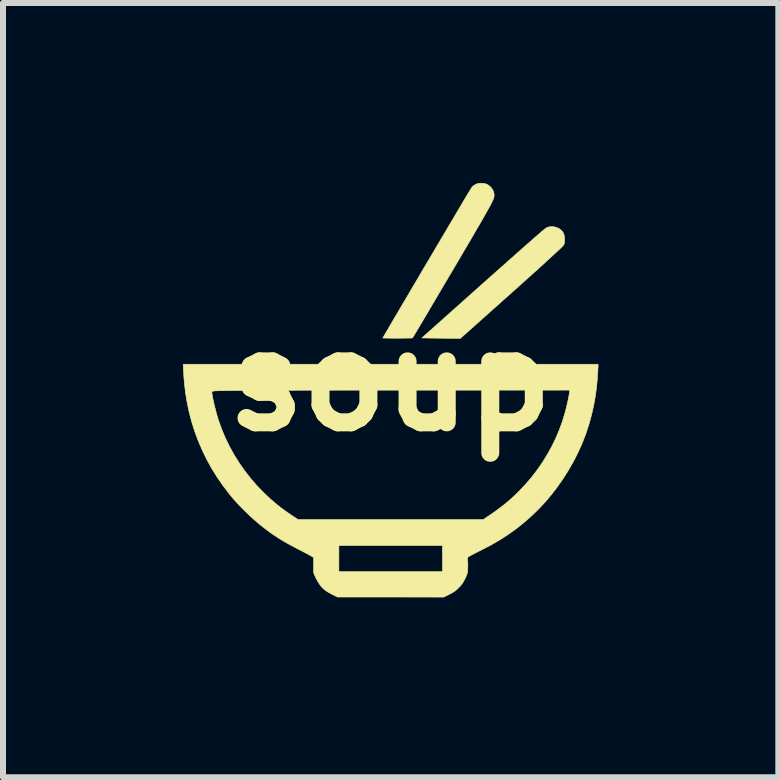
<source format=kicad_pcb>
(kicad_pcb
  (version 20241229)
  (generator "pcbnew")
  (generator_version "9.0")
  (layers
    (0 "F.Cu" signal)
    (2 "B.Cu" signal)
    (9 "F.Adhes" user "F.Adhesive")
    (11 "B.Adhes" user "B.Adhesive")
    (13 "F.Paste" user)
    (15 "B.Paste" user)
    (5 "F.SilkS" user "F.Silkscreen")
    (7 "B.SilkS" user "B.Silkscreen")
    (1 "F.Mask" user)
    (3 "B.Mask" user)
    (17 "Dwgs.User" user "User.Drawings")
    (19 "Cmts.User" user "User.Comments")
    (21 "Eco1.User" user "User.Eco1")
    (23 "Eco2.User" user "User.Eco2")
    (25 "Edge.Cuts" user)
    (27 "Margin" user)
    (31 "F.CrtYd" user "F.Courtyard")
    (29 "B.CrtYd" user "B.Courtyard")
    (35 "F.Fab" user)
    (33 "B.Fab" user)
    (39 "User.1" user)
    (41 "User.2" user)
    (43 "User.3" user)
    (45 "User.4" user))
  (footprint "soup"
    (layer "F.Cu")
    (at 3.455 3.302)
    (property "Reference" "soup" (at 0 0 0) (layer "F.SilkS") (effects (font (size 1.524 1.524) (thickness 0.3))))
    (attr through_hole)
    (fp_poly (pts (xy 2.723 -2.572) (xy 2.761 -2.564) (xy 2.797 -2.55) (xy 2.829 -2.532) (xy 2.857 -2.508) (xy 2.879 -2.482) (xy 2.884 -2.473) (xy 2.897 -2.443) (xy 2.905 -2.408) (xy 2.909 -2.37) (xy 2.909 -2.333) (xy 2.904 -2.298) (xy 2.902 -2.291) (xy 2.9 -2.285) (xy 2.898 -2.279) (xy 2.895 -2.273) (xy 2.891 -2.267) (xy 2.886 -2.259) (xy 2.878 -2.25) (xy 2.867 -2.239) (xy 2.854 -2.226) (xy 2.837 -2.209) (xy 2.815 -2.189) (xy 2.789 -2.165) (xy 2.758 -2.136) (xy 2.722 -2.102) (xy 2.709 -2.091) (xy 2.677 -2.061) (xy 2.644 -2.031) (xy 2.612 -2.002) (xy 2.58 -1.972) (xy 2.547 -1.942) (xy 2.513 -1.911) (xy 2.478 -1.879) (xy 2.442 -1.846) (xy 2.403 -1.812) (xy 2.363 -1.775) (xy 2.319 -1.736) (xy 2.273 -1.695) (xy 2.224 -1.651) (xy 2.171 -1.603) (xy 2.114 -1.552) (xy 2.053 -1.498) (xy 1.988 -1.439) (xy 1.917 -1.377) (xy 1.842 -1.309) (xy 1.761 -1.237) (xy 1.673 -1.159) (xy 1.649 -1.137) (xy 1.171 -0.711) (xy 0.991 -0.712) (xy 0.945 -0.712) (xy 0.896 -0.713) (xy 0.845 -0.713) (xy 0.794 -0.714) (xy 0.746 -0.714) (xy 0.703 -0.715) (xy 0.67 -0.715) (xy 0.529 -0.718) (xy 0.909 -1.056) (xy 1.051 -1.183) (xy 1.187 -1.304) (xy 1.317 -1.42) (xy 1.44 -1.53) (xy 1.557 -1.634) (xy 1.668 -1.733) (xy 1.773 -1.826) (xy 1.871 -1.913) (xy 1.963 -1.995) (xy 2.049 -2.071) (xy 2.128 -2.141) (xy 2.201 -2.206) (xy 2.268 -2.265) (xy 2.329 -2.318) (xy 2.383 -2.366) (xy 2.431 -2.408) (xy 2.473 -2.445) (xy 2.509 -2.475) (xy 2.538 -2.501) (xy 2.556 -2.515) (xy 2.581 -2.536) (xy 2.604 -2.551) (xy 2.625 -2.561) (xy 2.646 -2.568) (xy 2.671 -2.572) (xy 2.684 -2.573) (xy 2.723 -2.572)) (stroke (width 0.01) (type solid)) (fill yes) (layer "F.SilkS"))
    (fp_poly (pts (xy 1.54 -3.296) (xy 1.576 -3.291) (xy 1.608 -3.281) (xy 1.634 -3.268) (xy 1.665 -3.244) (xy 1.69 -3.216) (xy 1.711 -3.185) (xy 1.725 -3.151) (xy 1.733 -3.117) (xy 1.733 -3.083) (xy 1.73 -3.063) (xy 1.728 -3.055) (xy 1.725 -3.046) (xy 1.721 -3.036) (xy 1.716 -3.024) (xy 1.71 -3.01) (xy 1.703 -2.995) (xy 1.694 -2.977) (xy 1.684 -2.957) (xy 1.672 -2.934) (xy 1.658 -2.909) (xy 1.643 -2.88) (xy 1.625 -2.849) (xy 1.606 -2.814) (xy 1.584 -2.776) (xy 1.56 -2.733) (xy 1.534 -2.687) (xy 1.505 -2.637) (xy 1.473 -2.582) (xy 1.438 -2.523) (xy 1.401 -2.458) (xy 1.361 -2.389) (xy 1.317 -2.315) (xy 1.27 -2.235) (xy 1.22 -2.15) (xy 1.166 -2.058) (xy 1.109 -1.961) (xy 1.048 -1.857) (xy 0.983 -1.748) (xy 0.914 -1.631) (xy 0.841 -1.508) (xy 0.764 -1.377) (xy 0.754 -1.359) (xy 0.706 -1.279) (xy 0.663 -1.206) (xy 0.624 -1.139) (xy 0.588 -1.079) (xy 0.556 -1.025) (xy 0.528 -0.977) (xy 0.502 -0.934) (xy 0.48 -0.896) (xy 0.46 -0.863) (xy 0.443 -0.834) (xy 0.428 -0.81) (xy 0.416 -0.789) (xy 0.405 -0.771) (xy 0.397 -0.757) (xy 0.389 -0.746) (xy 0.384 -0.737) (xy 0.379 -0.73) (xy 0.376 -0.725) (xy 0.374 -0.722) (xy 0.372 -0.72) (xy 0.371 -0.718) (xy 0.37 -0.718) (xy 0.369 -0.718) (xy 0.363 -0.717) (xy 0.35 -0.716) (xy 0.33 -0.716) (xy 0.304 -0.715) (xy 0.274 -0.715) (xy 0.241 -0.714) (xy 0.204 -0.714) (xy 0.166 -0.714) (xy 0.128 -0.713) (xy 0.089 -0.713) (xy 0.052 -0.713) (xy 0.017 -0.714) (xy -0.015 -0.714) (xy -0.016 -0.714) (xy -0.045 -0.715) (xy -0.071 -0.715) (xy -0.093 -0.716) (xy -0.11 -0.716) (xy -0.12 -0.717) (xy -0.123 -0.717) (xy -0.121 -0.721) (xy -0.114 -0.732) (xy -0.104 -0.749) (xy -0.09 -0.773) (xy -0.073 -0.803) (xy -0.052 -0.838) (xy -0.028 -0.879) (xy -0.001 -0.925) (xy 0.028 -0.975) (xy 0.06 -1.03) (xy 0.095 -1.089) (xy 0.132 -1.151) (xy 0.17 -1.217) (xy 0.211 -1.286) (xy 0.253 -1.357) (xy 0.297 -1.431) (xy 0.341 -1.507) (xy 0.387 -1.584) (xy 0.434 -1.663) (xy 0.481 -1.743) (xy 0.528 -1.824) (xy 0.576 -1.905) (xy 0.624 -1.986) (xy 0.672 -2.067) (xy 0.72 -2.148) (xy 0.766 -2.227) (xy 0.813 -2.305) (xy 0.858 -2.382) (xy 0.902 -2.456) (xy 0.945 -2.529) (xy 0.986 -2.599) (xy 1.026 -2.666) (xy 1.064 -2.73) (xy 1.099 -2.79) (xy 1.133 -2.846) (xy 1.164 -2.898) (xy 1.192 -2.946) (xy 1.217 -2.989) (xy 1.239 -3.026) (xy 1.259 -3.058) (xy 1.274 -3.085) (xy 1.281 -3.097) (xy 1.303 -3.132) (xy 1.321 -3.162) (xy 1.335 -3.185) (xy 1.347 -3.204) (xy 1.356 -3.218) (xy 1.364 -3.229) (xy 1.371 -3.238) (xy 1.377 -3.244) (xy 1.383 -3.25) (xy 1.39 -3.255) (xy 1.391 -3.256) (xy 1.421 -3.275) (xy 1.451 -3.288) (xy 1.484 -3.295) (xy 1.505 -3.297) (xy 1.54 -3.296)) (stroke (width 0.01) (type solid)) (fill yes) (layer "F.SilkS"))
    (fp_poly (pts (xy 3.467 -0.266) (xy 3.467 -0.252) (xy 3.466 -0.231) (xy 3.464 -0.205) (xy 3.463 -0.174) (xy 3.461 -0.139) (xy 3.458 -0.104) (xy 3.456 -0.067) (xy 3.453 -0.032) (xy 3.451 0.001) (xy 3.448 0.031) (xy 3.446 0.056) (xy 3.446 0.059) (xy 3.425 0.228) (xy 3.396 0.395) (xy 3.359 0.56) (xy 3.314 0.722) (xy 3.262 0.882) (xy 3.201 1.039) (xy 3.132 1.193) (xy 3.055 1.344) (xy 2.97 1.492) (xy 2.878 1.637) (xy 2.778 1.779) (xy 2.698 1.883) (xy 2.591 2.011) (xy 2.478 2.132) (xy 2.36 2.247) (xy 2.235 2.357) (xy 2.105 2.461) (xy 1.968 2.559) (xy 1.825 2.651) (xy 1.712 2.717) (xy 1.694 2.727) (xy 1.669 2.741) (xy 1.639 2.757) (xy 1.605 2.774) (xy 1.57 2.792) (xy 1.534 2.811) (xy 1.503 2.827) (xy 1.459 2.849) (xy 1.423 2.867) (xy 1.393 2.883) (xy 1.368 2.896) (xy 1.348 2.906) (xy 1.333 2.914) (xy 1.321 2.921) (xy 1.312 2.927) (xy 1.306 2.931) (xy 1.301 2.935) (xy 1.297 2.938) (xy 1.296 2.939) (xy 1.292 2.944) (xy 1.289 2.949) (xy 1.288 2.956) (xy 1.288 2.966) (xy 1.29 2.982) (xy 1.291 2.994) (xy 1.294 3.022) (xy 1.295 3.055) (xy 1.295 3.093) (xy 1.294 3.112) (xy 1.293 3.145) (xy 1.291 3.173) (xy 1.287 3.196) (xy 1.282 3.218) (xy 1.274 3.24) (xy 1.263 3.266) (xy 1.251 3.291) (xy 1.229 3.334) (xy 1.207 3.37) (xy 1.183 3.403) (xy 1.155 3.434) (xy 1.141 3.448) (xy 1.118 3.471) (xy 1.094 3.491) (xy 1.07 3.509) (xy 1.043 3.526) (xy 1.012 3.544) (xy 0.975 3.563) (xy 0.962 3.569) (xy 0.893 3.603) (xy 0.007 3.602) (xy -0.878 3.602) (xy -0.953 3.565) (xy -0.998 3.541) (xy -1.037 3.519) (xy -1.071 3.497) (xy -1.1 3.475) (xy -1.126 3.451) (xy -1.15 3.425) (xy -1.151 3.424) (xy -1.175 3.392) (xy -1.2 3.354) (xy -1.224 3.312) (xy -1.246 3.269) (xy -1.264 3.226) (xy -1.276 3.194) (xy -1.276 2.944) (xy -1.306 2.924) (xy -1.318 2.917) (xy -1.336 2.907) (xy -1.359 2.894) (xy -1.385 2.88) (xy -1.414 2.865) (xy -1.441 2.851) (xy -1.521 2.81) (xy -1.593 2.772) (xy -1.647 2.743) (xy -0.855 2.743) (xy -0.855 3.179) (xy 0.872 3.179) (xy 0.872 2.743) (xy -0.855 2.743) (xy -1.647 2.743) (xy -1.659 2.737) (xy -1.719 2.704) (xy -1.775 2.672) (xy -1.827 2.641) (xy -1.876 2.61) (xy -1.923 2.579) (xy -1.969 2.548) (xy -2.013 2.516) (xy -2.02 2.511) (xy -2.103 2.449) (xy -2.18 2.387) (xy -2.254 2.324) (xy -2.328 2.258) (xy -2.402 2.187) (xy -2.434 2.155) (xy -2.48 2.109) (xy -2.52 2.067) (xy -2.557 2.027) (xy -2.593 1.988) (xy -2.628 1.948) (xy -2.664 1.904) (xy -2.692 1.869) (xy -2.795 1.734) (xy -2.89 1.595) (xy -2.979 1.452) (xy -3.06 1.304) (xy -3.133 1.153) (xy -3.2 0.998) (xy -3.258 0.841) (xy -3.309 0.68) (xy -3.352 0.516) (xy -3.387 0.35) (xy -3.414 0.181) (xy -2.972 0.181) (xy -2.972 0.196) (xy -2.97 0.217) (xy -2.965 0.243) (xy -2.96 0.275) (xy -2.953 0.31) (xy -2.944 0.349) (xy -2.935 0.39) (xy -2.924 0.433) (xy -2.913 0.477) (xy -2.902 0.521) (xy -2.89 0.564) (xy -2.878 0.606) (xy -2.866 0.645) (xy -2.858 0.669) (xy -2.805 0.815) (xy -2.744 0.959) (xy -2.675 1.099) (xy -2.599 1.236) (xy -2.516 1.368) (xy -2.426 1.497) (xy -2.329 1.621) (xy -2.226 1.741) (xy -2.116 1.855) (xy -2.001 1.964) (xy -1.88 2.067) (xy -1.795 2.133) (xy -1.772 2.15) (xy -1.745 2.169) (xy -1.714 2.191) (xy -1.682 2.213) (xy -1.65 2.235) (xy -1.632 2.247) (xy -1.535 2.311) (xy 1.552 2.311) (xy 1.647 2.247) (xy 1.729 2.191) (xy 1.804 2.136) (xy 1.874 2.083) (xy 1.94 2.03) (xy 2.003 1.976) (xy 2.065 1.92) (xy 2.127 1.86) (xy 2.144 1.843) (xy 2.252 1.729) (xy 2.355 1.61) (xy 2.45 1.486) (xy 2.539 1.358) (xy 2.621 1.225) (xy 2.696 1.09) (xy 2.763 0.951) (xy 2.823 0.809) (xy 2.875 0.664) (xy 2.919 0.518) (xy 2.931 0.471) (xy 2.942 0.427) (xy 2.952 0.384) (xy 2.962 0.341) (xy 2.97 0.301) (xy 2.978 0.263) (xy 2.984 0.23) (xy 2.989 0.201) (xy 2.992 0.179) (xy 2.993 0.164) (xy 2.993 0.164) (xy 2.993 0.152) (xy 0.634 0.153) (xy 0.4 0.153) (xy 0.174 0.153) (xy -0.044 0.153) (xy -0.253 0.153) (xy -0.454 0.153) (xy -0.646 0.153) (xy -0.831 0.153) (xy -1.007 0.154) (xy -1.175 0.154) (xy -1.335 0.154) (xy -1.488 0.154) (xy -1.632 0.155) (xy -1.768 0.155) (xy -1.897 0.156) (xy -2.017 0.156) (xy -2.13 0.156) (xy -2.235 0.157) (xy -2.333 0.157) (xy -2.423 0.158) (xy -2.505 0.158) (xy -2.58 0.159) (xy -2.647 0.159) (xy -2.707 0.16) (xy -2.76 0.161) (xy -2.805 0.161) (xy -2.843 0.162) (xy -2.873 0.163) (xy -2.897 0.164) (xy -2.913 0.164) (xy -2.919 0.165) (xy -2.939 0.167) (xy -2.956 0.17) (xy -2.967 0.173) (xy -2.97 0.174) (xy -2.972 0.181) (xy -3.414 0.181) (xy -3.414 0.181) (xy -3.431 0.032) (xy -3.433 0.013) (xy -3.434 -0.011) (xy -3.437 -0.04) (xy -3.439 -0.071) (xy -3.441 -0.104) (xy -3.443 -0.138) (xy -3.445 -0.171) (xy -3.447 -0.201) (xy -3.448 -0.228) (xy -3.449 -0.249) (xy -3.45 -0.264) (xy -3.45 -0.27) (xy -3.45 -0.279) (xy 3.467 -0.279) (xy 3.467 -0.266)) (stroke (width 0.01) (type solid)) (fill yes) (layer "F.SilkS")))
  (gr_rect
    (start -3 -3)
    (end 9.927 9.909)
    (stroke (width 0.1) (type default))
    (fill no)
    (layer "Edge.Cuts")))
</source>
